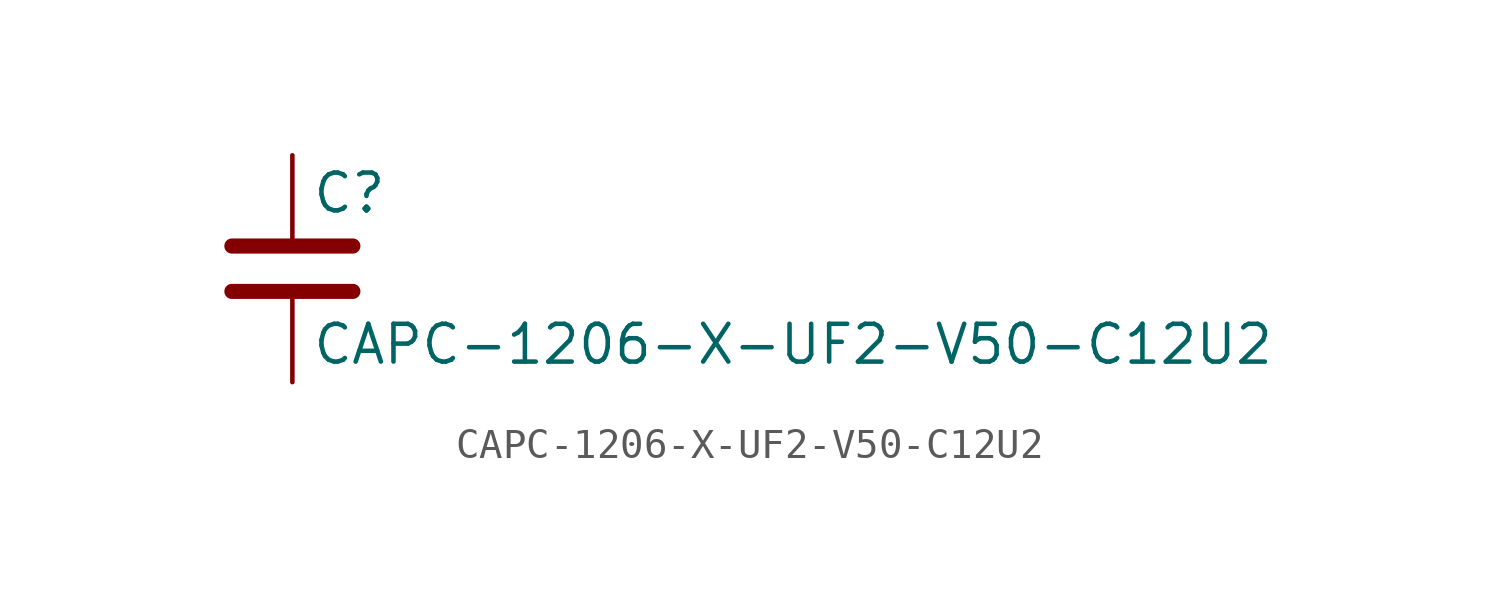
<source format=kicad_sym>
(kicad_symbol_lib
  (version 20211014)
  (generator kicad_symbol_editor)
  (symbol "CAPC-1206-X-UF2-V50-C12U2"
    (pin_numbers hide)
    (pin_names
      (offset 0.254))
    (property "Reference" "C"
      (at 0.635 2.54 0)
      (effects (font (size 1.27 1.27)) (justify left)))
    (property "Value" "CAPC-1206-X-UF2-V50-C12U2"
      (at 0.635 -2.54 0)
      (effects (font (size 1.27 1.27)) (justify left)))
    (symbol "CAPC-1206-X-UF2-V50-C12U2_0_1"
      (polyline (pts (xy -2.032 -0.762) (xy 2.032 -0.762)) (stroke (width 0.508) (type default) (color 0 0 0 0)) (fill (type none)))
      (polyline (pts (xy -2.032 0.762) (xy 2.032 0.762)) (stroke (width 0.508) (type default) (color 0 0 0 0)) (fill (type none))))
    (symbol "CAPC-1206-X-UF2-V50-C12U2_1_1"
      (pin passive line (at 0 3.81 270) (length 2.794) (name "~" (effects (font (size 1.27 1.27)))) (number "1" (effects (font (size 1.27 1.27)))))
      (pin passive line (at 0 -3.81 90) (length 2.794) (name "~" (effects (font (size 1.27 1.27)))) (number "2" (effects (font (size 1.27 1.27))))))))
</source>
